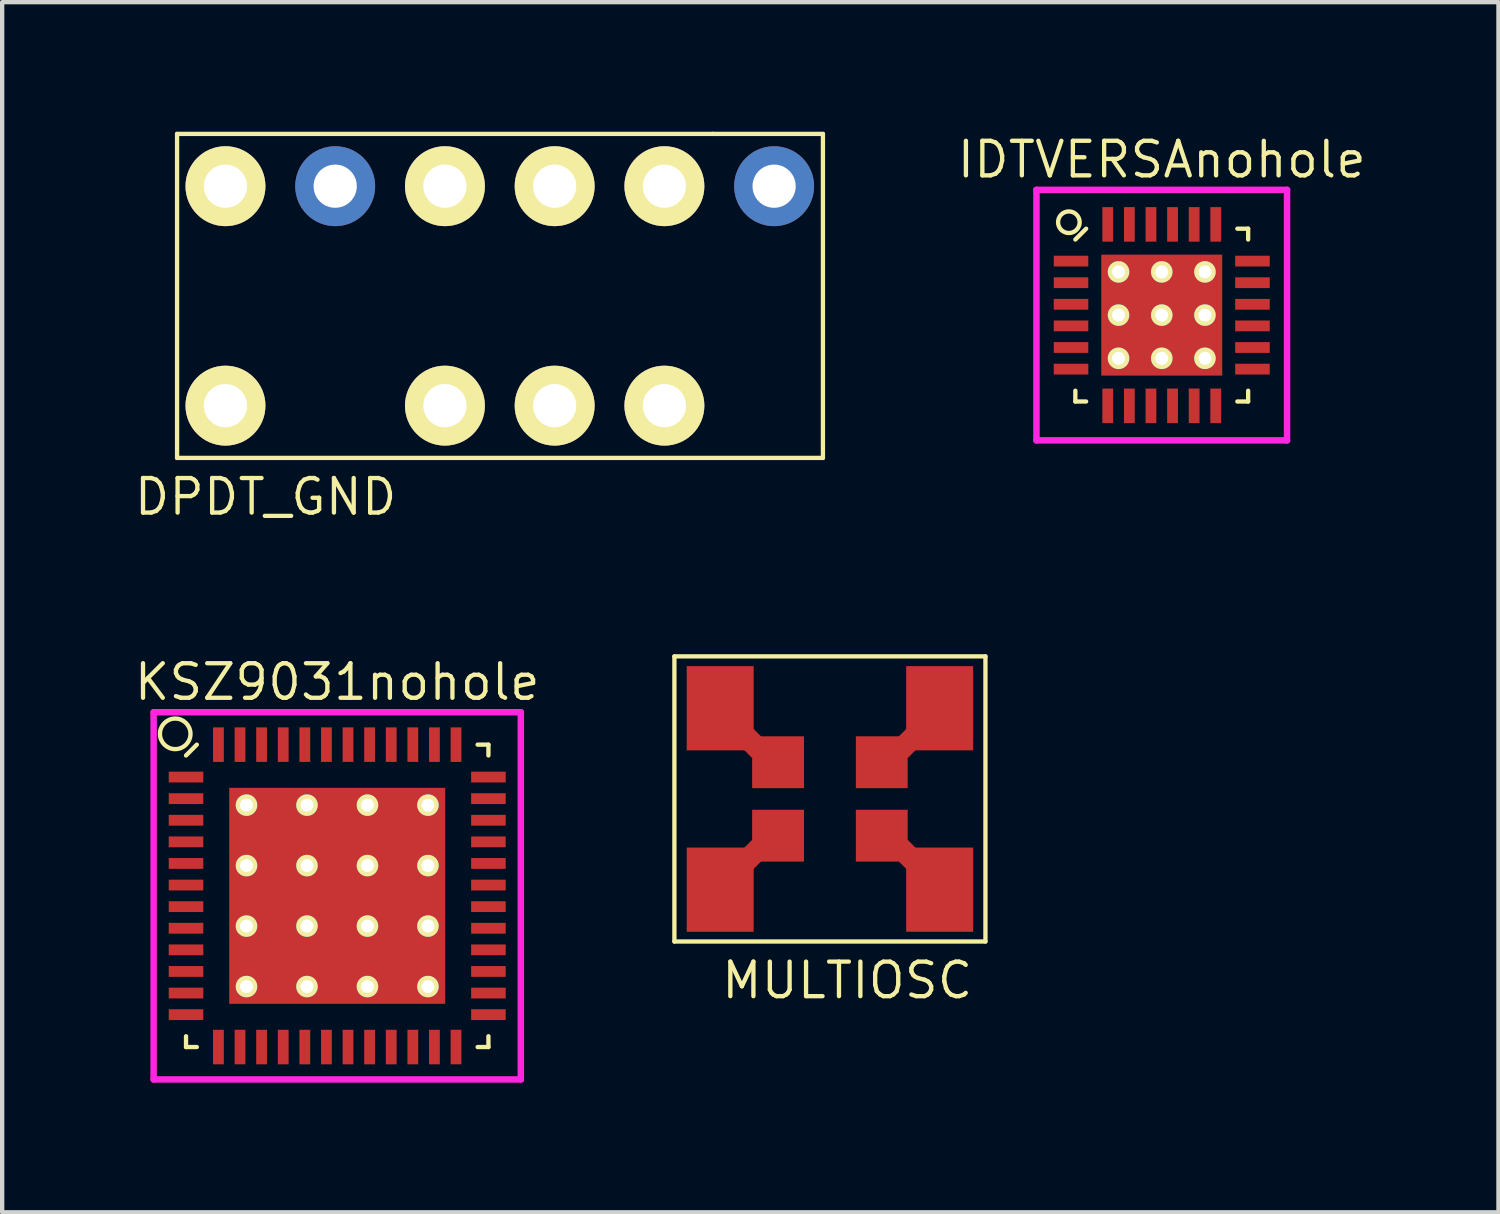
<source format=kicad_pcb>
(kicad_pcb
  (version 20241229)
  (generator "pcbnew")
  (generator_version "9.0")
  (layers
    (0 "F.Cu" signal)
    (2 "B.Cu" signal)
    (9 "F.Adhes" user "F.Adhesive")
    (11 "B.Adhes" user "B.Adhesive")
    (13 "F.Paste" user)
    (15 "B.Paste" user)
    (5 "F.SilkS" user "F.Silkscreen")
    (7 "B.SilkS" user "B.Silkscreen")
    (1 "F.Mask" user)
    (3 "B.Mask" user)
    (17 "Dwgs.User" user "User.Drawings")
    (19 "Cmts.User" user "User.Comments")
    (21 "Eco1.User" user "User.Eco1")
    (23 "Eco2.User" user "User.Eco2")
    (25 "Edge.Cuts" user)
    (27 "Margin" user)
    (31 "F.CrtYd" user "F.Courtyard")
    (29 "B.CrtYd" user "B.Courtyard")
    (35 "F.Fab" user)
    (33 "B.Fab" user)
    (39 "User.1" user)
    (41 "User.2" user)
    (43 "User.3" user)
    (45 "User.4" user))
  (footprint "KSZ9031nohole"
    (layer "F.Cu")
    (at 4.756 17.687)
    (property "Reference" "KSZ9031nohole" (at 0 -4.95 0) (layer "F.SilkS") (effects (font (size 0.8 0.8) (thickness 0.1))))
    (attr through_hole)
    (fp_line (start -3.5 -3.25) (end -3.25 -3.5) (stroke (width 0.1) (type solid)) (layer "F.SilkS"))
    (fp_line (start -3.5 3.5) (end -3.5 3.25) (stroke (width 0.1) (type solid)) (layer "F.SilkS"))
    (fp_line (start -3.25 3.5) (end -3.5 3.5) (stroke (width 0.1) (type solid)) (layer "F.SilkS"))
    (fp_line (start 3.25 -3.5) (end 3.5 -3.5) (stroke (width 0.1) (type solid)) (layer "F.SilkS"))
    (fp_line (start 3.25 3.5) (end 3.5 3.5) (stroke (width 0.1) (type solid)) (layer "F.SilkS"))
    (fp_line (start 3.5 -3.5) (end 3.5 -3.25) (stroke (width 0.1) (type solid)) (layer "F.SilkS"))
    (fp_line (start 3.5 3.5) (end 3.5 3.25) (stroke (width 0.1) (type solid)) (layer "F.SilkS"))
    (fp_circle (center -3.75 -3.75) (end -4 -4) (stroke (width 0.1) (type solid)) (fill no) (layer "F.SilkS"))
    (fp_line (start -4.25 -4.25) (end 4.25 -4.25) (stroke (width 0.15) (type solid)) (layer "F.CrtYd"))
    (fp_line (start -4.25 4.25) (end -4.25 -4.25) (stroke (width 0.15) (type solid)) (layer "F.CrtYd"))
    (fp_line (start 4.25 -4.25) (end 4.25 4.25) (stroke (width 0.15) (type solid)) (layer "F.CrtYd"))
    (fp_line (start 4.25 4.25) (end -4.25 4.25) (stroke (width 0.15) (type solid)) (layer "F.CrtYd"))
    (pad "1" smd rect (at -3.5 -2.75 90) (size 0.25 0.8) (layers "F.Cu" "F.Mask" "F.Paste"))
    (pad "2" smd rect (at -3.5 -2.25 90) (size 0.25 0.8) (layers "F.Cu" "F.Mask" "F.Paste"))
    (pad "3" smd rect (at -3.5 -1.75 90) (size 0.25 0.8) (layers "F.Cu" "F.Mask" "F.Paste"))
    (pad "4" smd rect (at -3.5 -1.25 90) (size 0.25 0.8) (layers "F.Cu" "F.Mask" "F.Paste"))
    (pad "5" smd rect (at -3.5 -0.75 90) (size 0.25 0.8) (layers "F.Cu" "F.Mask" "F.Paste"))
    (pad "6" smd rect (at -3.5 -0.25 90) (size 0.25 0.8) (layers "F.Cu" "F.Mask" "F.Paste"))
    (pad "7" smd rect (at -3.5 0.25 90) (size 0.25 0.8) (layers "F.Cu" "F.Mask" "F.Paste"))
    (pad "8" smd rect (at -3.5 0.75 90) (size 0.25 0.8) (layers "F.Cu" "F.Mask" "F.Paste"))
    (pad "9" smd rect (at -3.5 1.25 90) (size 0.25 0.8) (layers "F.Cu" "F.Mask" "F.Paste"))
    (pad "10" smd rect (at -3.5 1.75 90) (size 0.25 0.8) (layers "F.Cu" "F.Mask" "F.Paste"))
    (pad "11" smd rect (at -3.5 2.25 90) (size 0.25 0.8) (layers "F.Cu" "F.Mask" "F.Paste"))
    (pad "12" smd rect (at -3.5 2.75 90) (size 0.25 0.8) (layers "F.Cu" "F.Mask" "F.Paste"))
    (pad "13" smd rect (at -2.75 3.5) (size 0.25 0.8) (layers "F.Cu" "F.Mask" "F.Paste"))
    (pad "14" smd rect (at -2.25 3.5) (size 0.25 0.8) (layers "F.Cu" "F.Mask" "F.Paste"))
    (pad "15" smd rect (at -1.75 3.5) (size 0.25 0.8) (layers "F.Cu" "F.Mask" "F.Paste"))
    (pad "16" smd rect (at -1.25 3.5) (size 0.25 0.8) (layers "F.Cu" "F.Mask" "F.Paste"))
    (pad "17" smd rect (at -0.75 3.5) (size 0.25 0.8) (layers "F.Cu" "F.Mask" "F.Paste"))
    (pad "18" smd rect (at -0.25 3.5) (size 0.25 0.8) (layers "F.Cu" "F.Mask" "F.Paste"))
    (pad "19" smd rect (at 0.25 3.5) (size 0.25 0.8) (layers "F.Cu" "F.Mask" "F.Paste"))
    (pad "20" smd rect (at 0.75 3.5) (size 0.25 0.8) (layers "F.Cu" "F.Mask" "F.Paste"))
    (pad "21" smd rect (at 1.25 3.5) (size 0.25 0.8) (layers "F.Cu" "F.Mask" "F.Paste"))
    (pad "22" smd rect (at 1.75 3.5) (size 0.25 0.8) (layers "F.Cu" "F.Mask" "F.Paste"))
    (pad "23" smd rect (at 2.25 3.5) (size 0.25 0.8) (layers "F.Cu" "F.Mask" "F.Paste"))
    (pad "24" smd rect (at 2.75 3.5) (size 0.25 0.8) (layers "F.Cu" "F.Mask" "F.Paste"))
    (pad "25" smd rect (at 3.5 2.75 90) (size 0.25 0.8) (layers "F.Cu" "F.Mask" "F.Paste"))
    (pad "26" smd rect (at 3.5 2.25 90) (size 0.25 0.8) (layers "F.Cu" "F.Mask" "F.Paste"))
    (pad "27" smd rect (at 3.5 1.75 90) (size 0.25 0.8) (layers "F.Cu" "F.Mask" "F.Paste"))
    (pad "28" smd rect (at 3.5 1.25 90) (size 0.25 0.8) (layers "F.Cu" "F.Mask" "F.Paste"))
    (pad "29" smd rect (at 3.5 0.75 90) (size 0.25 0.8) (layers "F.Cu" "F.Mask" "F.Paste"))
    (pad "30" smd rect (at 3.5 0.25 90) (size 0.25 0.8) (layers "F.Cu" "F.Mask" "F.Paste"))
    (pad "31" smd rect (at 3.5 -0.25 90) (size 0.25 0.8) (layers "F.Cu" "F.Mask" "F.Paste"))
    (pad "32" smd rect (at 3.5 -0.75 90) (size 0.25 0.8) (layers "F.Cu" "F.Mask" "F.Paste"))
    (pad "33" smd rect (at 3.5 -1.25 90) (size 0.25 0.8) (layers "F.Cu" "F.Mask" "F.Paste"))
    (pad "34" smd rect (at 3.5 -1.75 90) (size 0.25 0.8) (layers "F.Cu" "F.Mask" "F.Paste"))
    (pad "35" smd rect (at 3.5 -2.25 90) (size 0.25 0.8) (layers "F.Cu" "F.Mask" "F.Paste"))
    (pad "36" smd rect (at 3.5 -2.75 90) (size 0.25 0.8) (layers "F.Cu" "F.Mask" "F.Paste"))
    (pad "37" smd rect (at 2.75 -3.5) (size 0.25 0.8) (layers "F.Cu" "F.Mask" "F.Paste"))
    (pad "38" smd rect (at 2.25 -3.5) (size 0.25 0.8) (layers "F.Cu" "F.Mask" "F.Paste"))
    (pad "39" smd rect (at 1.75 -3.5) (size 0.25 0.8) (layers "F.Cu" "F.Mask" "F.Paste"))
    (pad "40" smd rect (at 1.25 -3.5) (size 0.25 0.8) (layers "F.Cu" "F.Mask" "F.Paste"))
    (pad "41" smd rect (at 0.75 -3.5) (size 0.25 0.8) (layers "F.Cu" "F.Mask" "F.Paste"))
    (pad "42" smd rect (at 0.25 -3.5) (size 0.25 0.8) (layers "F.Cu" "F.Mask" "F.Paste"))
    (pad "43" smd rect (at -0.25 -3.5) (size 0.25 0.8) (layers "F.Cu" "F.Mask" "F.Paste"))
    (pad "44" smd rect (at -0.75 -3.5) (size 0.25 0.8) (layers "F.Cu" "F.Mask" "F.Paste"))
    (pad "45" smd rect (at -1.25 -3.5) (size 0.25 0.8) (layers "F.Cu" "F.Mask" "F.Paste"))
    (pad "46" smd rect (at -1.75 -3.5) (size 0.25 0.8) (layers "F.Cu" "F.Mask" "F.Paste"))
    (pad "47" smd rect (at -2.25 -3.5) (size 0.25 0.8) (layers "F.Cu" "F.Mask" "F.Paste"))
    (pad "48" smd rect (at -2.75 -3.5) (size 0.25 0.8) (layers "F.Cu" "F.Mask" "F.Paste"))
    (pad "49" thru_hole circle (at -2.1 -2.1) (size 0.5 0.5) (drill 0.3) (layers "*.Cu" "*.Mask" "F.SilkS"))
    (pad "49" thru_hole circle (at -2.1 -0.7) (size 0.5 0.5) (drill 0.3) (layers "*.Cu" "*.Mask" "F.SilkS"))
    (pad "49" thru_hole circle (at -2.1 0.7) (size 0.5 0.5) (drill 0.3) (layers "*.Cu" "*.Mask" "F.SilkS"))
    (pad "49" thru_hole circle (at -2.1 2.1) (size 0.5 0.5) (drill 0.3) (layers "*.Cu" "*.Mask" "F.SilkS"))
    (pad "49" thru_hole circle (at -0.7 -2.1) (size 0.5 0.5) (drill 0.3) (layers "*.Cu" "*.Mask" "F.SilkS"))
    (pad "49" thru_hole circle (at -0.7 -0.7) (size 0.5 0.5) (drill 0.3) (layers "*.Cu" "*.Mask" "F.SilkS"))
    (pad "49" thru_hole circle (at -0.7 0.7) (size 0.5 0.5) (drill 0.3) (layers "*.Cu" "*.Mask" "F.SilkS"))
    (pad "49" thru_hole circle (at -0.7 2.1) (size 0.5 0.5) (drill 0.3) (layers "*.Cu" "*.Mask" "F.SilkS"))
    (pad "49" smd rect (at 0 0) (size 5 5) (layers "F.Cu" "F.Mask"))
    (pad "49" thru_hole circle (at 0.7 -2.1) (size 0.5 0.5) (drill 0.3) (layers "*.Cu" "*.Mask" "F.SilkS"))
    (pad "49" thru_hole circle (at 0.7 -0.7) (size 0.5 0.5) (drill 0.3) (layers "*.Cu" "*.Mask" "F.SilkS"))
    (pad "49" thru_hole circle (at 0.7 0.7) (size 0.5 0.5) (drill 0.3) (layers "*.Cu" "*.Mask" "F.SilkS"))
    (pad "49" thru_hole circle (at 0.7 2.1) (size 0.5 0.5) (drill 0.3) (layers "*.Cu" "*.Mask" "F.SilkS"))
    (pad "49" thru_hole circle (at 2.1 -2.1) (size 0.5 0.5) (drill 0.3) (layers "*.Cu" "*.Mask" "F.SilkS"))
    (pad "49" thru_hole circle (at 2.1 -0.7) (size 0.5 0.5) (drill 0.3) (layers "*.Cu" "*.Mask" "F.SilkS"))
    (pad "49" thru_hole circle (at 2.1 0.7) (size 0.5 0.5) (drill 0.3) (layers "*.Cu" "*.Mask" "F.SilkS"))
    (pad "49" thru_hole circle (at 2.1 2.1) (size 0.5 0.5) (drill 0.3) (layers "*.Cu" "*.Mask" "F.SilkS")))
  (footprint "IDTVERSAnohole"
    (layer "F.Cu")
    (at 23.842 4.244)
    (property "Reference" "IDTVERSAnohole" (at 0 -3.6 0) (layer "F.SilkS") (effects (font (size 0.8 0.8) (thickness 0.1))))
    (attr through_hole)
    (fp_line (start -2 -1.75) (end -1.75 -2) (stroke (width 0.1) (type solid)) (layer "F.SilkS"))
    (fp_line (start -2 2) (end -2 1.75) (stroke (width 0.1) (type solid)) (layer "F.SilkS"))
    (fp_line (start -1.75 2) (end -2 2) (stroke (width 0.1) (type solid)) (layer "F.SilkS"))
    (fp_line (start 1.75 -2) (end 2 -2) (stroke (width 0.1) (type solid)) (layer "F.SilkS"))
    (fp_line (start 1.75 2) (end 2 2) (stroke (width 0.1) (type solid)) (layer "F.SilkS"))
    (fp_line (start 2 -2) (end 2 -1.75) (stroke (width 0.1) (type solid)) (layer "F.SilkS"))
    (fp_line (start 2 2) (end 2 1.75) (stroke (width 0.1) (type solid)) (layer "F.SilkS"))
    (fp_circle (center -2.15 -2.15) (end -2.15 -1.9) (stroke (width 0.1) (type solid)) (fill no) (layer "F.SilkS"))
    (fp_line (start -2.9 -2.9) (end 2.9 -2.9) (stroke (width 0.15) (type solid)) (layer "F.CrtYd"))
    (fp_line (start -2.9 2.9) (end -2.9 -2.9) (stroke (width 0.15) (type solid)) (layer "F.CrtYd"))
    (fp_line (start 2.9 -2.9) (end 2.9 2.9) (stroke (width 0.15) (type solid)) (layer "F.CrtYd"))
    (fp_line (start 2.9 2.9) (end -2.9 2.9) (stroke (width 0.15) (type solid)) (layer "F.CrtYd"))
    (pad "1" smd rect (at -2.1 -1.25 90) (size 0.25 0.8) (layers "F.Cu" "F.Mask" "F.Paste"))
    (pad "2" smd rect (at -2.1 -0.75 90) (size 0.25 0.8) (layers "F.Cu" "F.Mask" "F.Paste"))
    (pad "3" smd rect (at -2.1 -0.25 90) (size 0.25 0.8) (layers "F.Cu" "F.Mask" "F.Paste"))
    (pad "4" smd rect (at -2.1 0.25 90) (size 0.25 0.8) (layers "F.Cu" "F.Mask" "F.Paste"))
    (pad "5" smd rect (at -2.1 0.75 90) (size 0.25 0.8) (layers "F.Cu" "F.Mask" "F.Paste"))
    (pad "6" smd rect (at -2.1 1.25 90) (size 0.25 0.8) (layers "F.Cu" "F.Mask" "F.Paste"))
    (pad "7" smd rect (at -1.25 2.1) (size 0.25 0.8) (layers "F.Cu" "F.Mask" "F.Paste"))
    (pad "8" smd rect (at -0.75 2.1) (size 0.25 0.8) (layers "F.Cu" "F.Mask" "F.Paste"))
    (pad "9" smd rect (at -0.25 2.1) (size 0.25 0.8) (layers "F.Cu" "F.Mask" "F.Paste"))
    (pad "10" smd rect (at 0.25 2.1) (size 0.25 0.8) (layers "F.Cu" "F.Mask" "F.Paste"))
    (pad "11" smd rect (at 0.75 2.1) (size 0.25 0.8) (layers "F.Cu" "F.Mask" "F.Paste"))
    (pad "12" smd rect (at 1.25 2.1) (size 0.25 0.8) (layers "F.Cu" "F.Mask" "F.Paste"))
    (pad "13" smd rect (at 2.1 1.25 90) (size 0.25 0.8) (layers "F.Cu" "F.Mask" "F.Paste"))
    (pad "14" smd rect (at 2.1 0.75 90) (size 0.25 0.8) (layers "F.Cu" "F.Mask" "F.Paste"))
    (pad "15" smd rect (at 2.1 0.25 90) (size 0.25 0.8) (layers "F.Cu" "F.Mask" "F.Paste"))
    (pad "16" smd rect (at 2.1 -0.25 90) (size 0.25 0.8) (layers "F.Cu" "F.Mask" "F.Paste"))
    (pad "17" smd rect (at 2.1 -0.75 90) (size 0.25 0.8) (layers "F.Cu" "F.Mask" "F.Paste"))
    (pad "18" smd rect (at 2.1 -1.25 90) (size 0.25 0.8) (layers "F.Cu" "F.Mask" "F.Paste"))
    (pad "19" smd rect (at 1.25 -2.1) (size 0.25 0.8) (layers "F.Cu" "F.Mask" "F.Paste"))
    (pad "20" smd rect (at 0.75 -2.1) (size 0.25 0.8) (layers "F.Cu" "F.Mask" "F.Paste"))
    (pad "21" smd rect (at 0.25 -2.1) (size 0.25 0.8) (layers "F.Cu" "F.Mask" "F.Paste"))
    (pad "22" smd rect (at -0.25 -2.1) (size 0.25 0.8) (layers "F.Cu" "F.Mask" "F.Paste"))
    (pad "23" smd rect (at -0.75 -2.1) (size 0.25 0.8) (layers "F.Cu" "F.Mask" "F.Paste"))
    (pad "24" smd rect (at -1.25 -2.1) (size 0.25 0.8) (layers "F.Cu" "F.Mask" "F.Paste"))
    (pad "25" thru_hole circle (at -1 -1) (size 0.5 0.5) (drill 0.3) (layers "*.Cu" "*.Mask" "F.SilkS"))
    (pad "25" thru_hole circle (at -1 0) (size 0.5 0.5) (drill 0.3) (layers "*.Cu" "*.Mask" "F.SilkS"))
    (pad "25" thru_hole circle (at -1 1) (size 0.5 0.5) (drill 0.3) (layers "*.Cu" "*.Mask" "F.SilkS"))
    (pad "25" smd rect (at -0.7 -0.7) (size 1 1) (layers "F.Cu" "F.Mask" "F.Paste"))
    (pad "25" smd rect (at -0.7 0.7) (size 1 1) (layers "F.Cu" "F.Mask" "F.Paste"))
    (pad "25" thru_hole circle (at 0 -1) (size 0.5 0.5) (drill 0.3) (layers "*.Cu" "*.Mask" "F.SilkS"))
    (pad "25" thru_hole circle (at 0 0) (size 0.5 0.5) (drill 0.3) (layers "*.Cu" "*.Mask" "F.SilkS"))
    (pad "25" smd rect (at 0 0) (size 2.8 2.8) (layers "F.Cu" "F.Mask"))
    (pad "25" thru_hole circle (at 0 1) (size 0.5 0.5) (drill 0.3) (layers "*.Cu" "*.Mask" "F.SilkS"))
    (pad "25" smd rect (at 0.7 -0.7) (size 1 1) (layers "F.Cu" "F.Mask" "F.Paste"))
    (pad "25" smd rect (at 0.7 0.7) (size 1 1) (layers "F.Cu" "F.Mask" "F.Paste"))
    (pad "25" thru_hole circle (at 1 -1) (size 0.5 0.5) (drill 0.3) (layers "*.Cu" "*.Mask" "F.SilkS"))
    (pad "25" thru_hole circle (at 1 0) (size 0.5 0.5) (drill 0.3) (layers "*.Cu" "*.Mask" "F.SilkS"))
    (pad "25" thru_hole circle (at 1 1) (size 0.5 0.5) (drill 0.3) (layers "*.Cu" "*.Mask" "F.SilkS")))
  (footprint "DPDT_GND"
    (layer "F.Cu")
    (at 7.249 3.8)
    (property "Reference" "DPDT_GND" (at -4.15 4.65 0) (layer "F.SilkS") (effects (font (size 0.8 0.8) (thickness 0.1))))
    (attr through_hole)
    (fp_line (start -6.2 -3.75) (end 6.2 -3.75) (stroke (width 0.1) (type solid)) (layer "F.SilkS"))
    (fp_line (start -6.2 3.75) (end -6.2 -3.75) (stroke (width 0.1) (type solid)) (layer "F.SilkS"))
    (fp_line (start 6.2 -3.75) (end 8.75 -3.75) (stroke (width 0.1) (type solid)) (layer "F.SilkS"))
    (fp_line (start 8.75 -3.75) (end 8.75 3.75) (stroke (width 0.1) (type solid)) (layer "F.SilkS"))
    (fp_line (start 8.75 3.75) (end -6.2 3.75) (stroke (width 0.1) (type solid)) (layer "F.SilkS"))
    (pad "1" thru_hole circle (at -5.08 -2.54) (size 1.85 1.85) (drill 1) (layers "*.Cu" "*.Mask" "F.SilkS"))
    (pad "2" thru_hole circle (at -2.54 -2.54) (size 1.85 1.85) (drill 1) (layers "*.Cu" "*.Mask"))
    (pad "3" thru_hole circle (at 0 -2.54) (size 1.85 1.85) (drill 1) (layers "*.Cu" "*.Mask" "F.SilkS"))
    (pad "4" thru_hole circle (at 2.54 -2.54) (size 1.85 1.85) (drill 1) (layers "*.Cu" "*.Mask" "F.SilkS"))
    (pad "5" thru_hole circle (at 5.08 -2.54) (size 1.85 1.85) (drill 1) (layers "*.Cu" "*.Mask" "F.SilkS"))
    (pad "6" thru_hole circle (at 7.62 -2.54) (size 1.85 1.85) (drill 1) (layers "*.Cu" "*.Mask"))
    (pad "8" thru_hole circle (at 5.08 2.54) (size 1.85 1.85) (drill 1) (layers "*.Cu" "*.Mask" "F.SilkS"))
    (pad "9" thru_hole circle (at 2.54 2.54) (size 1.85 1.85) (drill 1) (layers "*.Cu" "*.Mask" "F.SilkS"))
    (pad "10" thru_hole circle (at 0 2.54) (size 1.85 1.85) (drill 1) (layers "*.Cu" "*.Mask" "F.SilkS"))
    (pad "12" thru_hole circle (at -5.08 2.54) (size 1.85 1.85) (drill 1) (layers "*.Cu" "*.Mask" "F.SilkS")))
  (footprint "MULTIOSC"
    (layer "F.Cu")
    (at 16.161 15.444)
    (property "Reference" "MULTIOSC" (at 0.4 4.2 0) (layer "F.SilkS") (effects (font (size 0.8 0.8) (thickness 0.1))))
    (attr through_hole)
    (fp_line (start -3.6 -3.3) (end 3.6 -3.3) (stroke (width 0.1) (type solid)) (layer "F.SilkS"))
    (fp_line (start -3.6 3.3) (end -3.6 -3.3) (stroke (width 0.1) (type solid)) (layer "F.SilkS"))
    (fp_line (start 3.6 -3.3) (end 3.6 3.3) (stroke (width 0.1) (type solid)) (layer "F.SilkS"))
    (fp_line (start 3.6 3.3) (end -3.6 3.3) (stroke (width 0.1) (type solid)) (layer "F.SilkS"))
    (pad "1" smd rect (at -2.54 2.1) (size 1.55 1.95) (layers "F.Cu" "F.Mask" "F.Paste"))
    (pad "1" smd rect (at -1.8 1.3 45) (size 0.5 0.5) (layers "F.Cu" "F.Mask" "F.Paste"))
    (pad "1" smd rect (at -1.2 0.85) (size 1.2 1.2) (layers "F.Cu" "F.Mask" "F.Paste"))
    (pad "2" smd rect (at 1.2 0.85) (size 1.2 1.2) (layers "F.Cu" "F.Mask" "F.Paste"))
    (pad "2" smd rect (at 1.8 1.3 45) (size 0.5 0.5) (layers "F.Cu" "F.Mask" "F.Paste"))
    (pad "2" smd rect (at 2.54 2.1) (size 1.55 1.95) (layers "F.Cu" "F.Mask" "F.Paste"))
    (pad "3" smd rect (at 1.2 -0.85) (size 1.2 1.2) (layers "F.Cu" "F.Mask" "F.Paste"))
    (pad "3" smd rect (at 1.8 -1.3 45) (size 0.5 0.5) (layers "F.Cu" "F.Mask" "F.Paste"))
    (pad "3" smd rect (at 2.54 -2.1) (size 1.55 1.95) (layers "F.Cu" "F.Mask" "F.Paste"))
    (pad "4" smd rect (at -2.54 -2.1) (size 1.55 1.95) (layers "F.Cu" "F.Mask" "F.Paste"))
    (pad "4" smd rect (at -1.8 -1.3 45) (size 0.5 0.5) (layers "F.Cu" "F.Mask" "F.Paste"))
    (pad "4" smd rect (at -1.2 -0.85) (size 1.2 1.2) (layers "F.Cu" "F.Mask" "F.Paste")))
  (gr_rect
    (start -3 -3)
    (end 31.636 25.012)
    (stroke (width 0.1) (type default))
    (fill no)
    (layer "Edge.Cuts")))
</source>
